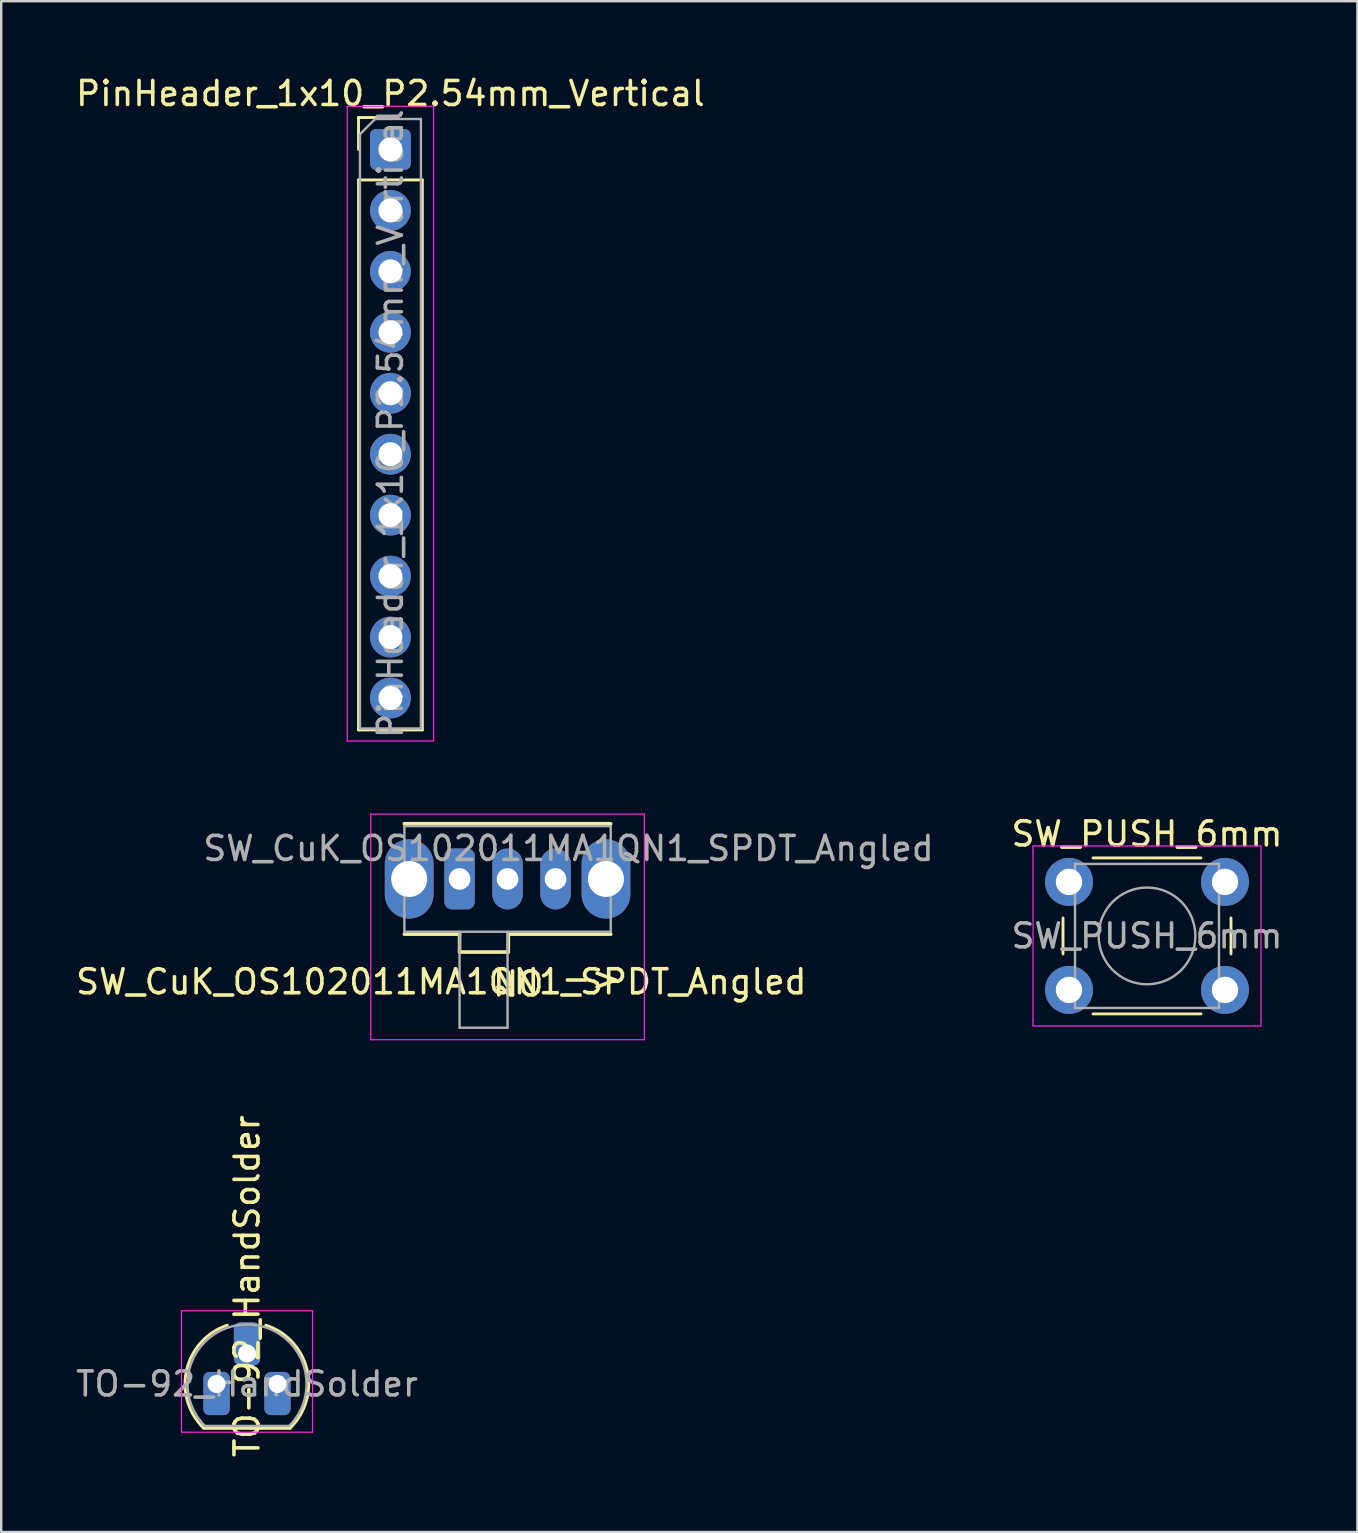
<source format=kicad_pcb>
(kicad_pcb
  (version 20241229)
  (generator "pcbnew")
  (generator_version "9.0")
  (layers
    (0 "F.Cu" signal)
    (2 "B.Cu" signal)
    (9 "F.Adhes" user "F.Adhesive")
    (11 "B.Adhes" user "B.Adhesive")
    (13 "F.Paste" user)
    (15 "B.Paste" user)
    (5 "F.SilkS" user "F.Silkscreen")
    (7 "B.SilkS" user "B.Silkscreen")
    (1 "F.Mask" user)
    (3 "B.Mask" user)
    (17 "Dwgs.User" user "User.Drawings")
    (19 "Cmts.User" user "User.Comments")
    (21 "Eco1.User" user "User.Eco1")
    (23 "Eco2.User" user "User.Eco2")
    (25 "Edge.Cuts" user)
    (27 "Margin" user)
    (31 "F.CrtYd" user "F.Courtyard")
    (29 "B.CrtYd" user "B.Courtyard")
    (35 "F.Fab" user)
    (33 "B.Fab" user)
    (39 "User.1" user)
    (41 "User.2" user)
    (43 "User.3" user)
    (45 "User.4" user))
  (footprint "SW_PUSH_6mm"
    (layer "F.Cu")
    (at 41.498 33.702)
    (property "Reference" "SW_PUSH_6mm" (at 3.25 -2 0) (layer "F.SilkS") (effects (font (size 1 1) (thickness 0.15))))
    (attr through_hole)
    (fp_line (start -0.25 1.5) (end -0.25 3) (stroke (width 0.12) (type solid)) (layer "F.SilkS"))
    (fp_line (start 1 5.5) (end 5.5 5.5) (stroke (width 0.12) (type solid)) (layer "F.SilkS"))
    (fp_line (start 5.5 -1) (end 1 -1) (stroke (width 0.12) (type solid)) (layer "F.SilkS"))
    (fp_line (start 6.75 3) (end 6.75 1.5) (stroke (width 0.12) (type solid)) (layer "F.SilkS"))
    (fp_line (start -1.5 -1.5) (end -1.25 -1.5) (stroke (width 0.05) (type solid)) (layer "F.CrtYd"))
    (fp_line (start -1.5 -1.25) (end -1.5 -1.5) (stroke (width 0.05) (type solid)) (layer "F.CrtYd"))
    (fp_line (start -1.5 5.75) (end -1.5 -1.25) (stroke (width 0.05) (type solid)) (layer "F.CrtYd"))
    (fp_line (start -1.5 5.75) (end -1.5 6) (stroke (width 0.05) (type solid)) (layer "F.CrtYd"))
    (fp_line (start -1.5 6) (end -1.25 6) (stroke (width 0.05) (type solid)) (layer "F.CrtYd"))
    (fp_line (start -1.25 -1.5) (end 7.75 -1.5) (stroke (width 0.05) (type solid)) (layer "F.CrtYd"))
    (fp_line (start 7.75 -1.5) (end 8 -1.5) (stroke (width 0.05) (type solid)) (layer "F.CrtYd"))
    (fp_line (start 7.75 6) (end -1.25 6) (stroke (width 0.05) (type solid)) (layer "F.CrtYd"))
    (fp_line (start 7.75 6) (end 8 6) (stroke (width 0.05) (type solid)) (layer "F.CrtYd"))
    (fp_line (start 8 -1.5) (end 8 -1.25) (stroke (width 0.05) (type solid)) (layer "F.CrtYd"))
    (fp_line (start 8 -1.25) (end 8 5.75) (stroke (width 0.05) (type solid)) (layer "F.CrtYd"))
    (fp_line (start 8 6) (end 8 5.75) (stroke (width 0.05) (type solid)) (layer "F.CrtYd"))
    (fp_line (start 0.25 -0.75) (end 3.25 -0.75) (stroke (width 0.1) (type solid)) (layer "F.Fab"))
    (fp_line (start 0.25 5.25) (end 0.25 -0.75) (stroke (width 0.1) (type solid)) (layer "F.Fab"))
    (fp_line (start 3.25 -0.75) (end 6.25 -0.75) (stroke (width 0.1) (type solid)) (layer "F.Fab"))
    (fp_line (start 6.25 -0.75) (end 6.25 5.25) (stroke (width 0.1) (type solid)) (layer "F.Fab"))
    (fp_line (start 6.25 5.25) (end 0.25 5.25) (stroke (width 0.1) (type solid)) (layer "F.Fab"))
    (fp_circle (center 3.25 2.25) (end 1.25 2.5) (stroke (width 0.1) (type solid)) (fill no) (layer "F.Fab"))
    (fp_text user "${REFERENCE}" (at 3.25 2.25 0) (layer "F.Fab") (effects (font (size 1 1) (thickness 0.15))))
    (pad "1" thru_hole circle (at 0 0 90) (size 2 2) (drill 1.1) (layers "*.Cu" "*.Mask"))
    (pad "1" thru_hole circle (at 6.5 0 90) (size 2 2) (drill 1.1) (layers "*.Cu" "*.Mask"))
    (pad "2" thru_hole circle (at 0 4.5 90) (size 2 2) (drill 1.1) (layers "*.Cu" "*.Mask"))
    (pad "2" thru_hole circle (at 6.5 4.5 90) (size 2 2) (drill 1.1) (layers "*.Cu" "*.Mask")))
  (footprint "TO-92_HandSolder"
    (layer "F.Cu")
    (at 5.974 54.623)
    (property "Reference" "TO-92_HandSolder" (at 1.27 -4.076 270) (layer "F.SilkS") (effects (font (size 1 1) (thickness 0.15))))
    (attr through_hole)
    (fp_line (start -0.53 1.85) (end 3.07 1.85) (stroke (width 0.12) (type solid)) (layer "F.SilkS"))
    (fp_arc (start -0.541875 1.841741) (mid -1.247231 -0.581764) (end 0.45 -2.45) (stroke (width 0.12) (type solid)) (layer "F.SilkS"))
    (fp_arc (start 2.05 -2.45) (mid 3.769931 -0.601036) (end 3.078445 1.827684) (stroke (width 0.12) (type solid)) (layer "F.SilkS"))
    (fp_line (start -1.46 -3.05) (end -1.46 2.01) (stroke (width 0.05) (type solid)) (layer "F.CrtYd"))
    (fp_line (start -1.46 -3.05) (end 4 -3.05) (stroke (width 0.05) (type solid)) (layer "F.CrtYd"))
    (fp_line (start 4 2.01) (end -1.46 2.01) (stroke (width 0.05) (type solid)) (layer "F.CrtYd"))
    (fp_line (start 4 2.01) (end 4 -3.05) (stroke (width 0.05) (type solid)) (layer "F.CrtYd"))
    (fp_line (start -0.5 1.75) (end 3 1.75) (stroke (width 0.1) (type solid)) (layer "F.Fab"))
    (fp_arc (start -0.483625 1.753625) (mid -1.021221 -0.949055) (end 1.27 -2.48) (stroke (width 0.1) (type solid)) (layer "F.Fab"))
    (fp_arc (start 1.27 -2.48) (mid 3.561221 -0.949055) (end 3.023625 1.753625) (stroke (width 0.1) (type solid)) (layer "F.Fab"))
    (fp_text user "${REFERENCE}" (at 1.27 0 180) (layer "F.Fab") (effects (font (size 1 1) (thickness 0.15))))
    (pad "1" thru_hole roundrect (at 0 0) (size 1.1 1.8) (drill 0.75 (offset 0 0.4)) (layers "*.Cu" "*.Mask") (roundrect_rratio 0.227))
    (pad "2" thru_hole roundrect (at 1.27 -1.27) (size 1.1 1.8) (drill 0.75 (offset 0 -0.4)) (layers "*.Cu" "*.Mask") (roundrect_rratio 0.25))
    (pad "3" thru_hole roundrect (at 2.54 0) (size 1.1 1.8) (drill 0.75 (offset 0 0.4)) (layers "*.Cu" "*.Mask") (roundrect_rratio 0.25)))
  (footprint "SW_CuK_OS102011MA1QN1_SPDT_Angled"
    (layer "F.Cu")
    (at 16.101 33.578)
    (property "Reference" "SW_CuK_OS102011MA1QN1_SPDT_Angled" (at -0.762 4.286 180) (layer "F.SilkS") (effects (font (size 1 1) (thickness 0.15))))
    (property "Silk" "<- ON" (at 4.064 4.286 180) (unlocked yes) (layer "F.SilkS") (effects (font (size 1 1) (thickness 0.15))))
    (attr through_hole)
    (fp_line (start -2.3 -2.3) (end 6.3 -2.3) (stroke (width 0.15) (type solid)) (layer "F.SilkS"))
    (fp_line (start -2.3 2.3) (end 0 2.3) (stroke (width 0.15) (type solid)) (layer "F.SilkS"))
    (fp_line (start 0 2.3) (end 0 3.048) (stroke (width 0.15) (type default)) (layer "F.SilkS"))
    (fp_line (start 0 3.048) (end 2.032 3.048) (stroke (width 0.15) (type default)) (layer "F.SilkS"))
    (fp_line (start 2.032 2.3) (end 2.032 3.048) (stroke (width 0.15) (type default)) (layer "F.SilkS"))
    (fp_line (start 2.032 2.3) (end 6.3 2.3) (stroke (width 0.15) (type solid)) (layer "F.SilkS"))
    (fp_line (start -3.7 -2.7) (end 7.7 -2.7) (stroke (width 0.05) (type solid)) (layer "F.CrtYd"))
    (fp_line (start -3.7 6.7) (end -3.7 -2.7) (stroke (width 0.05) (type solid)) (layer "F.CrtYd"))
    (fp_line (start 7.7 -2.7) (end 7.7 6.7) (stroke (width 0.05) (type solid)) (layer "F.CrtYd"))
    (fp_line (start 7.7 6.7) (end -3.7 6.7) (stroke (width 0.05) (type solid)) (layer "F.CrtYd"))
    (fp_line (start -2.3 -2.2) (end -2.3 2.2) (stroke (width 0.1) (type solid)) (layer "F.Fab"))
    (fp_line (start -2.3 -2.2) (end 6.3 -2.2) (stroke (width 0.1) (type solid)) (layer "F.Fab"))
    (fp_line (start -2.3 2.2) (end 6.3 2.2) (stroke (width 0.1) (type solid)) (layer "F.Fab"))
    (fp_line (start 0 6.2) (end 0 2.2) (stroke (width 0.1) (type solid)) (layer "F.Fab"))
    (fp_line (start 2 2.2) (end 2 6.2) (stroke (width 0.1) (type solid)) (layer "F.Fab"))
    (fp_line (start 2 6.2) (end 0 6.2) (stroke (width 0.1) (type solid)) (layer "F.Fab"))
    (fp_line (start 6.3 2.2) (end 6.3 -2.2) (stroke (width 0.1) (type solid)) (layer "F.Fab"))
    (fp_text user "${REFERENCE}" (at 4.54 -1.27 180) (layer "F.Fab") (effects (font (size 1 1) (thickness 0.15))))
    (pad "" thru_hole oval (at -2.1 0 180) (size 2.032 3.302) (drill 1.5) (layers "*.Cu" "*.Mask"))
    (pad "" thru_hole oval (at 6.1 0 180) (size 2.032 3.302) (drill 1.5) (layers "*.Cu" "*.Mask"))
    (pad "1" thru_hole oval (at 4 0 180) (size 1.27 2.54) (drill 0.9) (layers "*.Cu" "*.Mask"))
    (pad "2" thru_hole oval (at 2 0 180) (size 1.27 2.54) (drill 0.9) (layers "*.Cu" "*.Mask"))
    (pad "3" thru_hole roundrect (at 0 0 180) (size 1.27 2.54) (drill 0.9) (layers "*.Cu" "*.Mask") (roundrect_rratio 0.25)))
  (footprint "PinHeader_1x10_P2.54mm_Vertical"
    (layer "F.Cu")
    (at 13.22 3.178)
    (property "Reference" "PinHeader_1x10_P2.54mm_Vertical" (at 0 -2.33 180) (layer "F.SilkS") (effects (font (size 1 1) (thickness 0.15))))
    (attr through_hole)
    (fp_line (start -1.33 -1.33) (end 0 -1.33) (stroke (width 0.12) (type solid)) (layer "F.SilkS"))
    (fp_line (start -1.33 0) (end -1.33 -1.33) (stroke (width 0.12) (type solid)) (layer "F.SilkS"))
    (fp_line (start -1.33 1.27) (end -1.33 24.19) (stroke (width 0.12) (type solid)) (layer "F.SilkS"))
    (fp_line (start -1.33 1.27) (end 1.33 1.27) (stroke (width 0.12) (type solid)) (layer "F.SilkS"))
    (fp_line (start -1.33 24.19) (end 1.33 24.19) (stroke (width 0.12) (type solid)) (layer "F.SilkS"))
    (fp_line (start 1.33 1.27) (end 1.33 24.19) (stroke (width 0.12) (type solid)) (layer "F.SilkS"))
    (fp_line (start -1.8 -1.8) (end -1.8 24.65) (stroke (width 0.05) (type solid)) (layer "F.CrtYd"))
    (fp_line (start -1.8 24.65) (end 1.8 24.65) (stroke (width 0.05) (type solid)) (layer "F.CrtYd"))
    (fp_line (start 1.8 -1.8) (end -1.8 -1.8) (stroke (width 0.05) (type solid)) (layer "F.CrtYd"))
    (fp_line (start 1.8 24.65) (end 1.8 -1.8) (stroke (width 0.05) (type solid)) (layer "F.CrtYd"))
    (fp_line (start -1.27 -0.635) (end -0.635 -1.27) (stroke (width 0.1) (type solid)) (layer "F.Fab"))
    (fp_line (start -1.27 24.13) (end -1.27 -0.635) (stroke (width 0.1) (type solid)) (layer "F.Fab"))
    (fp_line (start -0.635 -1.27) (end 1.27 -1.27) (stroke (width 0.1) (type solid)) (layer "F.Fab"))
    (fp_line (start 1.27 -1.27) (end 1.27 24.13) (stroke (width 0.1) (type solid)) (layer "F.Fab"))
    (fp_line (start 1.27 24.13) (end -1.27 24.13) (stroke (width 0.1) (type solid)) (layer "F.Fab"))
    (fp_text user "${REFERENCE}" (at 0 11.43 90) (layer "F.Fab") (effects (font (size 1 1) (thickness 0.15))))
    (pad "1" thru_hole roundrect (at 0 0 180) (size 1.7 1.7) (drill 1) (layers "*.Cu" "*.Mask") (roundrect_rratio 0.147))
    (pad "2" thru_hole oval (at 0 2.54 180) (size 1.7 1.7) (drill 1) (layers "*.Cu" "*.Mask"))
    (pad "3" thru_hole oval (at 0 5.08 180) (size 1.7 1.7) (drill 1) (layers "*.Cu" "*.Mask"))
    (pad "4" thru_hole oval (at 0 7.62 180) (size 1.7 1.7) (drill 1) (layers "*.Cu" "*.Mask"))
    (pad "5" thru_hole oval (at 0 10.16 180) (size 1.7 1.7) (drill 1) (layers "*.Cu" "*.Mask"))
    (pad "6" thru_hole oval (at 0 12.7 180) (size 1.7 1.7) (drill 1) (layers "*.Cu" "*.Mask"))
    (pad "7" thru_hole oval (at 0 15.24 180) (size 1.7 1.7) (drill 1) (layers "*.Cu" "*.Mask"))
    (pad "8" thru_hole oval (at 0 17.78 180) (size 1.7 1.7) (drill 1) (layers "*.Cu" "*.Mask"))
    (pad "9" thru_hole oval (at 0 20.32 180) (size 1.7 1.7) (drill 1) (layers "*.Cu" "*.Mask"))
    (pad "10" thru_hole oval (at 0 22.86 180) (size 1.7 1.7) (drill 1) (layers "*.Cu" "*.Mask")))
  (gr_rect
    (start -3 -3)
    (end 53.516 60.791)
    (stroke (width 0.1) (type default))
    (fill no)
    (layer "Edge.Cuts")))
</source>
